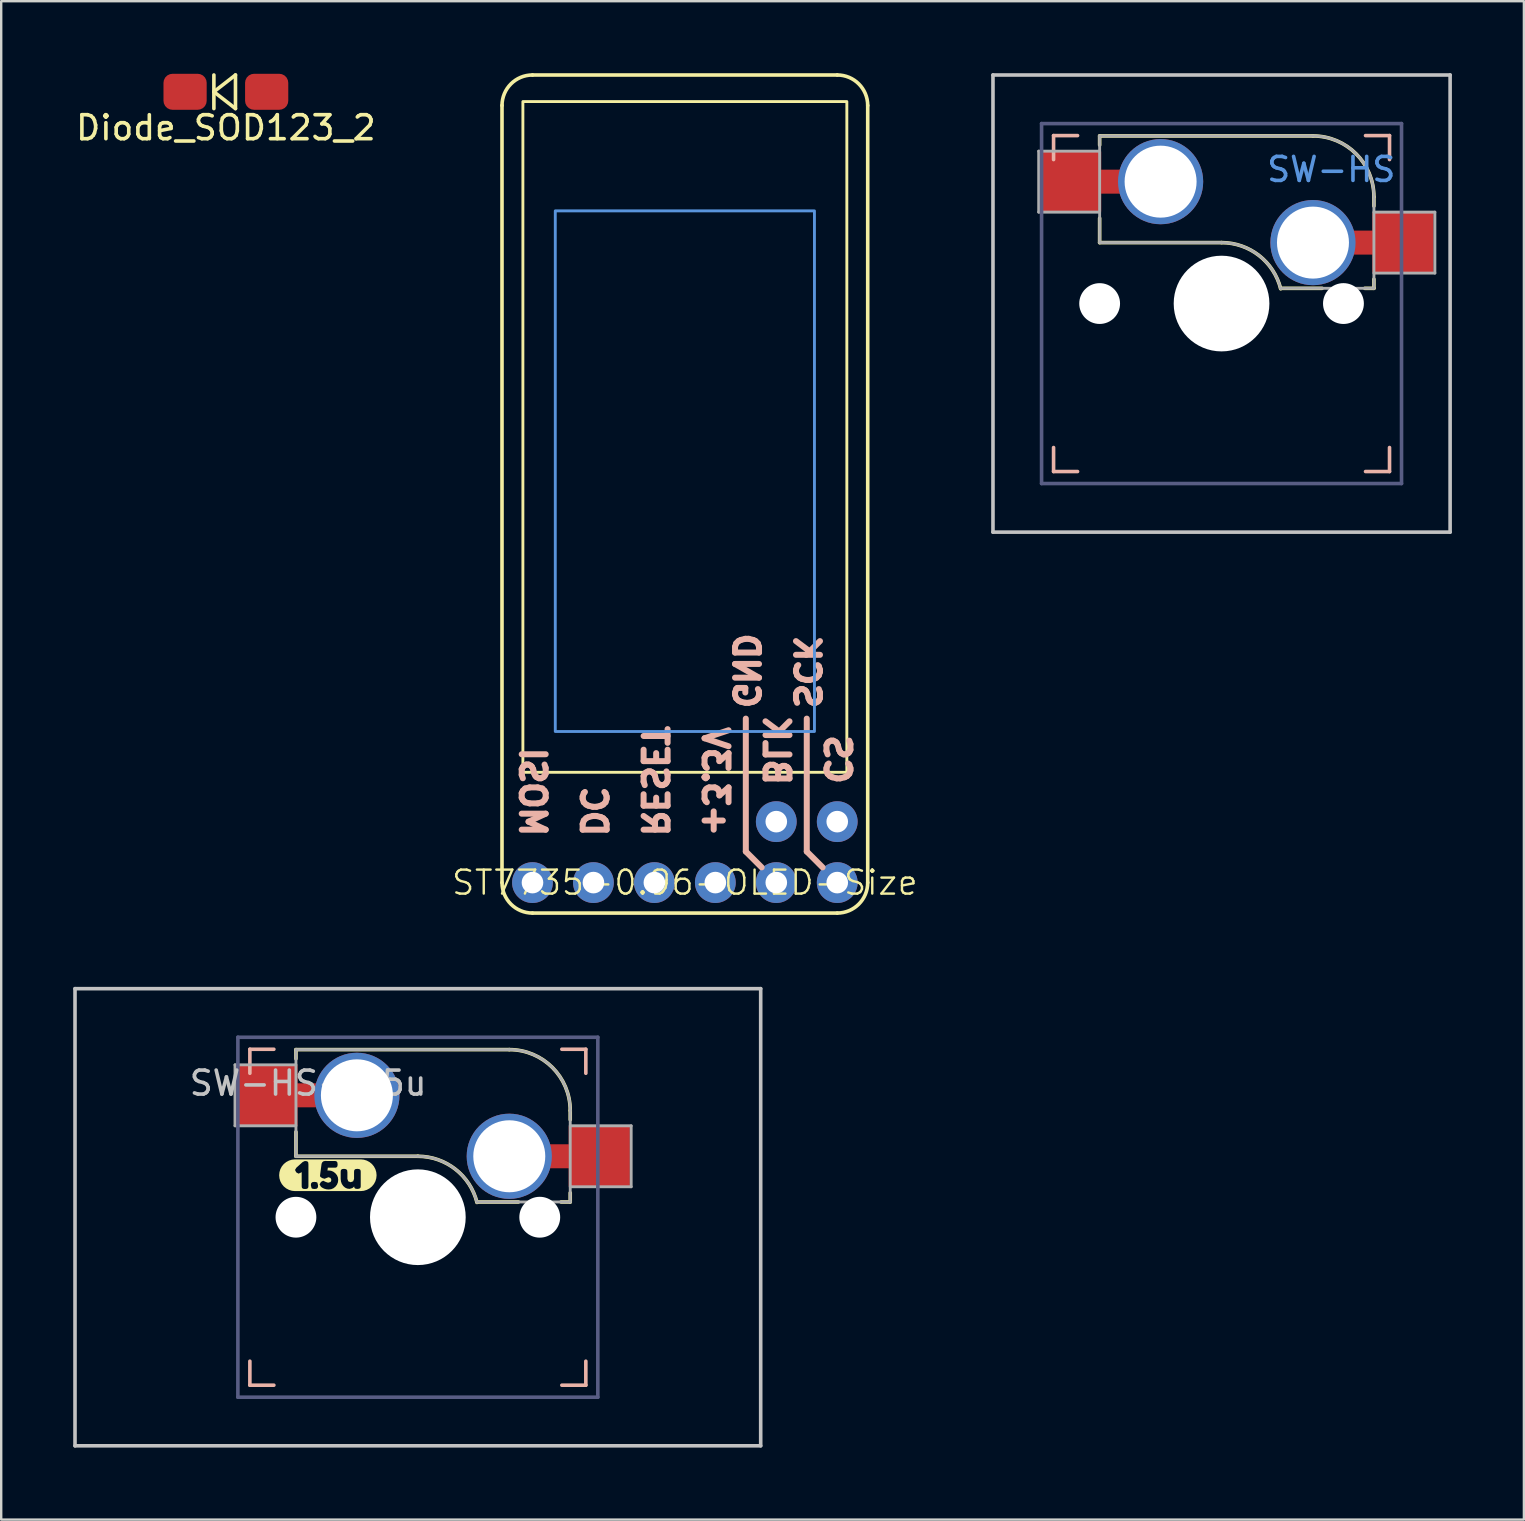
<source format=kicad_pcb>
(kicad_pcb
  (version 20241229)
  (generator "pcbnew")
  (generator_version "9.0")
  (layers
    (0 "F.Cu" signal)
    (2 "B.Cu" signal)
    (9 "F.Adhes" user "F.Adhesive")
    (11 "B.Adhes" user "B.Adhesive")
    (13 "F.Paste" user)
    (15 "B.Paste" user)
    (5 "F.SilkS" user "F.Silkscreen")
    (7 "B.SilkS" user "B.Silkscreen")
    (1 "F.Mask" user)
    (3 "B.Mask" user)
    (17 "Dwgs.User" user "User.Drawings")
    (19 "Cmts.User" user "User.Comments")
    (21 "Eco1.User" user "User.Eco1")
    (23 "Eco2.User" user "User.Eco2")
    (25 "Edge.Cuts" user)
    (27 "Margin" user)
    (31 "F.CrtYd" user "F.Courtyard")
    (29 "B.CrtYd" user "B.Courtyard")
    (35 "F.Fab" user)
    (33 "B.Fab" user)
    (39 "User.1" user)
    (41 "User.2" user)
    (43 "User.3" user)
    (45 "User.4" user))
  (footprint "Diode_SOD123_2"
    (placed yes)
    (layer "F.Cu")
    (at 6.363 0.775)
    (property "Reference" "Diode_SOD123_2" (at 0 1.5 0) (layer "F.SilkS") (effects (font (size 1 1) (thickness 0.15))))
    (attr through_hole)
    (fp_line (start -0.5 -0.7) (end -0.5 0.7) (stroke (width 0.15) (type solid)) (layer "F.SilkS"))
    (fp_line (start -0.5 0) (end 0.4 -0.7) (stroke (width 0.15) (type solid)) (layer "F.SilkS"))
    (fp_line (start 0.4 -0.7) (end 0.4 0.7) (stroke (width 0.15) (type solid)) (layer "F.SilkS"))
    (fp_line (start 0.4 0.7) (end -0.5 0) (stroke (width 0.15) (type solid)) (layer "F.SilkS"))
    (pad "1" smd roundrect (at -1.7 0) (size 1.8 1.5) (layers "F.Cu" "F.Mask" "F.Paste") (roundrect_rratio 0.25))
    (pad "2" smd roundrect (at 1.7 0) (size 1.8 1.5) (layers "F.Cu" "F.Mask" "F.Paste") (roundrect_rratio 0.25)))
  (footprint "ST7735-0.96-OLED-Size"
    (layer "F.Cu")
    (at 25.49 33.73)
    (property "Reference" "ST7735-0.96-OLED-Size" (at 0 0 0) (unlocked yes) (layer "F.SilkS") (effects (font (size 1 1) (thickness 0.1))))
    (attr through_hole)
    (fp_line (start -7.62 0) (end -7.62 -32.385) (stroke (width 0.15) (type default)) (layer "F.SilkS"))
    (fp_line (start -6.35 -33.655) (end 6.35 -33.655) (stroke (width 0.15) (type default)) (layer "F.SilkS"))
    (fp_line (start 6.35 1.27) (end -6.35 1.27) (stroke (width 0.15) (type default)) (layer "F.SilkS"))
    (fp_line (start 7.62 -32.385) (end 7.62 0) (stroke (width 0.15) (type default)) (layer "F.SilkS"))
    (fp_rect (start 6.75 -32.547) (end -6.75 -4.597) (stroke (width 0.12) (type solid)) (fill no) (layer "F.SilkS"))
    (fp_arc (start -7.62 -32.385) (mid -7.248026 -33.283026) (end -6.35 -33.655) (stroke (width 0.15) (type default)) (layer "F.SilkS"))
    (fp_arc (start -6.35 1.27) (mid -7.248026 0.898026) (end -7.62 0) (stroke (width 0.15) (type default)) (layer "F.SilkS"))
    (fp_arc (start 6.35 -33.655) (mid 7.248026 -33.283026) (end 7.62 -32.385) (stroke (width 0.15) (type default)) (layer "F.SilkS"))
    (fp_arc (start 7.62 0) (mid 7.248026 0.898026) (end 6.35 1.27) (stroke (width 0.15) (type default)) (layer "F.SilkS"))
    (fp_line (start 2.54 -6.833) (end 2.54 -1.295) (stroke (width 0.25) (type default)) (layer "B.SilkS"))
    (fp_line (start 2.54 -1.295) (end 3.2 -0.635) (stroke (width 0.25) (type default)) (layer "B.SilkS"))
    (fp_line (start 5.08 -6.833) (end 5.08 -1.295) (stroke (width 0.25) (type default)) (layer "B.SilkS"))
    (fp_line (start 5.08 -1.295) (end 5.74 -0.635) (stroke (width 0.25) (type default)) (layer "B.SilkS"))
    (fp_rect (start -5.4 -6.297) (end 5.4 -27.993) (stroke (width 0.12) (type solid)) (fill no) (layer "Cmts.User"))
    (fp_text user "+3.3V" (at 1.27 -1.803 270) (unlocked yes) (layer "B.SilkS") (effects (font (size 1 1) (thickness 0.25) (bold yes)) (justify left mirror)))
    (fp_text user "CS" (at 6.35 -3.988 270) (unlocked yes) (layer "B.SilkS") (effects (font (size 1 1) (thickness 0.25) (bold yes)) (justify left mirror)))
    (fp_text user "MOSI" (at -6.35 -1.803 270) (unlocked yes) (layer "B.SilkS") (effects (font (size 1 1) (thickness 0.25) (bold yes)) (justify left mirror)))
    (fp_text user "GND" (at 2.54 -7.137 270) (unlocked yes) (layer "B.SilkS") (effects (font (size 1 1) (thickness 0.25) (bold yes)) (justify left mirror)))
    (fp_text user "SCK" (at 5.08 -7.137 270) (unlocked yes) (layer "B.SilkS") (effects (font (size 1 1) (thickness 0.25) (bold yes)) (justify left mirror)))
    (fp_text user "BLK" (at 3.81 -3.937 270) (unlocked yes) (layer "B.SilkS") (effects (font (size 1 1) (thickness 0.25) (bold yes)) (justify left mirror)))
    (fp_text user "DC" (at -3.81 -1.803 270) (unlocked yes) (layer "B.SilkS") (effects (font (size 1 1) (thickness 0.25) (bold yes)) (justify left mirror)))
    (fp_text user "RESET" (at -1.27 -1.803 270) (unlocked yes) (layer "B.SilkS") (effects (font (size 1 1) (thickness 0.25) (bold yes)) (justify left mirror)))
    (pad "1" thru_hole circle (at 6.35 0 270) (size 1.7 1.7) (drill 0.9) (layers "*.Cu" "*.Mask"))
    (pad "2" thru_hole circle (at 3.81 0 270) (size 1.7 1.7) (drill 0.9) (layers "*.Cu" "*.Mask"))
    (pad "3" thru_hole circle (at 1.27 0 270) (size 1.7 1.7) (drill 0.9) (layers "*.Cu" "*.Mask"))
    (pad "4" thru_hole circle (at -1.27 0 270) (size 1.7 1.7) (drill 0.9) (layers "*.Cu" "*.Mask"))
    (pad "5" thru_hole circle (at -3.81 0 270) (size 1.7 1.7) (drill 0.9) (layers "*.Cu" "*.Mask"))
    (pad "6" thru_hole circle (at -6.35 0 270) (size 1.7 1.7) (drill 0.9) (layers "*.Cu" "*.Mask"))
    (pad "7" thru_hole circle (at 6.35 -2.54 270) (size 1.7 1.7) (drill 0.9) (layers "*.Cu" "*.Mask"))
    (pad "8" thru_hole oval (at 3.81 -2.54 270) (size 1.7 1.7) (drill 0.9) (layers "*.Cu" "*.Mask")))
  (footprint "SW-HS"
    (layer "F.Cu")
    (at 47.855 9.6)
    (property "Reference" "SW-HS" (at 4.572 -5.588 0) (layer "Cmts.User") (effects (font (size 1 1) (thickness 0.15))))
    (attr through_hole)
    (fp_line (start -5.08 -6.985) (end -5.08 -6.604) (stroke (width 0.15) (type solid)) (layer "F.SilkS"))
    (fp_line (start -5.08 -3.556) (end -5.08 -2.54) (stroke (width 0.15) (type solid)) (layer "F.SilkS"))
    (fp_line (start -5.08 -2.54) (end 0 -2.54) (stroke (width 0.15) (type solid)) (layer "F.SilkS"))
    (fp_line (start 2.464 -0.635) (end 4.191 -0.635) (stroke (width 0.15) (type solid)) (layer "F.SilkS"))
    (fp_line (start 3.81 -6.985) (end -5.08 -6.985) (stroke (width 0.15) (type solid)) (layer "F.SilkS"))
    (fp_line (start 5.969 -0.635) (end 6.35 -0.635) (stroke (width 0.15) (type solid)) (layer "F.SilkS"))
    (fp_line (start 6.35 -4.445) (end 6.35 -4.064) (stroke (width 0.15) (type solid)) (layer "F.SilkS"))
    (fp_line (start 6.35 -1.016) (end 6.35 -0.635) (stroke (width 0.15) (type solid)) (layer "F.SilkS"))
    (fp_arc (start 0 -2.54) (mid 1.563147 -2.002042) (end 2.464162 -0.61604) (stroke (width 0.15) (type solid)) (layer "F.SilkS"))
    (fp_arc (start 3.81 -6.985) (mid 5.606051 -6.241051) (end 6.35 -4.445) (stroke (width 0.15) (type solid)) (layer "F.SilkS"))
    (fp_line (start -7 -7) (end -7 -6) (stroke (width 0.15) (type solid)) (layer "B.SilkS"))
    (fp_line (start -7 -7) (end -6 -7) (stroke (width 0.15) (type solid)) (layer "B.SilkS"))
    (fp_line (start -7 6) (end -7 7) (stroke (width 0.15) (type solid)) (layer "B.SilkS"))
    (fp_line (start -6 7) (end -7 7) (stroke (width 0.15) (type solid)) (layer "B.SilkS"))
    (fp_line (start 6 -7) (end 7 -7) (stroke (width 0.15) (type solid)) (layer "B.SilkS"))
    (fp_line (start 7 -6) (end 7 -7) (stroke (width 0.15) (type solid)) (layer "B.SilkS"))
    (fp_line (start 7 7) (end 6 7) (stroke (width 0.15) (type solid)) (layer "B.SilkS"))
    (fp_line (start 7 7) (end 7 6) (stroke (width 0.15) (type solid)) (layer "B.SilkS"))
    (fp_line (start -9.525 -9.525) (end 9.525 -9.525) (stroke (width 0.15) (type solid)) (layer "Dwgs.User"))
    (fp_line (start -9.525 9.525) (end -9.525 -9.525) (stroke (width 0.15) (type solid)) (layer "Dwgs.User"))
    (fp_line (start 9.525 -9.525) (end 9.525 9.525) (stroke (width 0.15) (type solid)) (layer "Dwgs.User"))
    (fp_line (start 9.525 9.525) (end -9.525 9.525) (stroke (width 0.15) (type solid)) (layer "Dwgs.User"))
    (fp_rect (start -9 -9) (end 9 9) (stroke (width 0.12) (type solid)) (fill no) (layer "Eco2.User"))
    (fp_line (start -7.5 -7.5) (end -7.5 7.5) (stroke (width 0.15) (type solid)) (layer "B.Fab"))
    (fp_line (start -7.5 7.5) (end 7.5 7.5) (stroke (width 0.15) (type solid)) (layer "B.Fab"))
    (fp_line (start 7.5 -7.5) (end -7.5 -7.5) (stroke (width 0.15) (type solid)) (layer "B.Fab"))
    (fp_line (start 7.5 7.5) (end 7.5 -7.5) (stroke (width 0.15) (type solid)) (layer "B.Fab"))
    (fp_line (start -7.62 -6.35) (end -7.62 -3.81) (stroke (width 0.12) (type solid)) (layer "F.Fab"))
    (fp_line (start -7.62 -3.81) (end -5.08 -3.81) (stroke (width 0.12) (type solid)) (layer "F.Fab"))
    (fp_line (start -5.08 -6.985) (end -5.08 -2.54) (stroke (width 0.12) (type solid)) (layer "F.Fab"))
    (fp_line (start -5.08 -6.35) (end -7.62 -6.35) (stroke (width 0.12) (type solid)) (layer "F.Fab"))
    (fp_line (start -5.08 -2.54) (end 0 -2.54) (stroke (width 0.12) (type solid)) (layer "F.Fab"))
    (fp_line (start 3.81 -6.985) (end -5.08 -6.985) (stroke (width 0.12) (type solid)) (layer "F.Fab"))
    (fp_line (start 6.35 -1.27) (end 8.89 -1.27) (stroke (width 0.12) (type solid)) (layer "F.Fab"))
    (fp_line (start 6.35 -0.635) (end 2.54 -0.635) (stroke (width 0.12) (type solid)) (layer "F.Fab"))
    (fp_line (start 6.35 -0.635) (end 6.35 -4.445) (stroke (width 0.12) (type solid)) (layer "F.Fab"))
    (fp_line (start 8.89 -3.81) (end 6.35 -3.81) (stroke (width 0.12) (type solid)) (layer "F.Fab"))
    (fp_line (start 8.89 -1.27) (end 8.89 -3.81) (stroke (width 0.12) (type solid)) (layer "F.Fab"))
    (fp_arc (start 0 -2.54) (mid 1.563147 -2.002042) (end 2.464162 -0.61604) (stroke (width 0.12) (type solid)) (layer "F.Fab"))
    (fp_arc (start 3.81 -6.985) (mid 5.606051 -6.241051) (end 6.35 -4.445) (stroke (width 0.12) (type solid)) (layer "F.Fab"))
    (pad "" np_thru_hole circle (at -5.08 0) (size 1.7 1.7) (drill 1.7) (layers "*.Cu" "*.Mask"))
    (pad "" np_thru_hole circle (at 0 0) (size 3.988 3.988) (drill 3.988) (layers "*.Cu" "*.Mask"))
    (pad "" np_thru_hole circle (at 5.08 0) (size 1.702 1.702) (drill 1.702) (layers "*.Cu" "*.Mask"))
    (pad "1" thru_hole circle (at 3.81 -2.54) (size 3.55 3.55) (drill 3) (layers "*.Cu"))
    (pad "1" connect rect (at 5.715 -2.54 270) (size 1 2.5) (layers "F.Cu"))
    (pad "1" smd rect (at 7.56 -2.54) (size 2.55 2.5) (layers "F.Cu" "F.Mask" "F.Paste"))
    (pad "2" smd rect (at -6.29 -5.08) (size 2.55 2.5) (layers "F.Cu" "F.Mask" "F.Paste"))
    (pad "2" connect rect (at -5.015 -5.08 90) (size 1 2.5) (layers "F.Cu"))
    (pad "2" thru_hole circle (at -2.54 -5.08) (size 3.55 3.55) (drill 3) (layers "*.Cu")))
  (footprint "SW-HS-1.5u"
    (layer "F.Cu")
    (at 14.363 47.675)
    (property "Reference" "SW-HS-1.5u" (at -4.572 -5.588 0) (layer "Dwgs.User") (effects (font (size 1 1) (thickness 0.15))))
    (attr through_hole)
    (fp_line (start -5.08 -6.985) (end -5.08 -6.604) (stroke (width 0.15) (type solid)) (layer "F.SilkS"))
    (fp_line (start -5.08 -3.556) (end -5.08 -2.54) (stroke (width 0.15) (type solid)) (layer "F.SilkS"))
    (fp_line (start -5.08 -2.54) (end 0 -2.54) (stroke (width 0.15) (type solid)) (layer "F.SilkS"))
    (fp_line (start 2.464 -0.635) (end 4.191 -0.635) (stroke (width 0.15) (type solid)) (layer "F.SilkS"))
    (fp_line (start 3.81 -6.985) (end -5.08 -6.985) (stroke (width 0.15) (type solid)) (layer "F.SilkS"))
    (fp_line (start 5.969 -0.635) (end 6.35 -0.635) (stroke (width 0.15) (type solid)) (layer "F.SilkS"))
    (fp_line (start 6.35 -4.445) (end 6.35 -4.064) (stroke (width 0.15) (type solid)) (layer "F.SilkS"))
    (fp_line (start 6.35 -1.016) (end 6.35 -0.635) (stroke (width 0.15) (type solid)) (layer "F.SilkS"))
    (fp_arc (start 0 -2.54) (mid 1.563147 -2.002042) (end 2.464162 -0.61604) (stroke (width 0.15) (type solid)) (layer "F.SilkS"))
    (fp_arc (start 3.81 -6.985) (mid 5.606051 -6.241051) (end 6.35 -4.445) (stroke (width 0.15) (type solid)) (layer "F.SilkS"))
    (fp_poly (pts (xy -5.119 -2.411) (xy -5.119 -2.411) (xy -5.248 -2.398) (xy -5.372 -2.36) (xy -5.486 -2.299) (xy -5.587 -2.217) (xy -5.669 -2.117) (xy -5.73 -2.003) (xy -5.767 -1.879) (xy -5.78 -1.75) (xy -5.767 -1.621) (xy -5.73 -1.497) (xy -5.669 -1.383) (xy -5.587 -1.283) (xy -5.486 -1.201) (xy -5.372 -1.14) (xy -5.248 -1.102) (xy -5.119 -1.089) (xy -5.119 -1.089) (xy -4.702 -1.089) (xy -4.702 -1.175) (xy -4.781 -1.185) (xy -4.824 -1.216) (xy -4.839 -1.259) (xy -4.841 -1.317) (xy -4.841 -1.884) (xy -4.862 -1.865) (xy -4.973 -1.816) (xy -5.069 -1.871) (xy -5.119 -1.97) (xy -5.062 -2.064) (xy -4.802 -2.298) (xy -4.797 -2.302) (xy -4.707 -2.343) (xy -4.632 -2.335) (xy -4.591 -2.317) (xy -4.568 -2.283) (xy -4.56 -2.198) (xy -4.56 -1.314) (xy -4.563 -1.259) (xy -4.578 -1.217) (xy -4.62 -1.185) (xy -4.702 -1.175) (xy -4.702 -1.089) (xy -4.299 -1.089) (xy -4.299 -1.176) (xy -4.379 -1.184) (xy -4.426 -1.206) (xy -4.457 -1.321) (xy -4.457 -1.327) (xy -4.455 -1.382) (xy -4.44 -1.425) (xy -4.398 -1.461) (xy -4.32 -1.473) (xy -4.239 -1.465) (xy -4.187 -1.44) (xy -4.16 -1.329) (xy -4.16 -1.322) (xy -4.163 -1.266) (xy -4.179 -1.222) (xy -4.221 -1.188) (xy -4.299 -1.176) (xy -4.299 -1.089) (xy -3.717 -1.089) (xy -3.717 -1.155) (xy -3.813 -1.164) (xy -3.902 -1.189) (xy -3.984 -1.23) (xy -4.024 -1.26) (xy -4.037 -1.271) (xy -4.097 -1.367) (xy -4.038 -1.47) (xy -3.946 -1.522) (xy -3.84 -1.471) (xy -3.74 -1.438) (xy -3.636 -1.468) (xy -3.602 -1.552) (xy -3.639 -1.636) (xy -3.724 -1.667) (xy -3.8 -1.638) (xy -3.887 -1.602) (xy -3.987 -1.632) (xy -4.06 -1.68) (xy -4.078 -1.719) (xy -4.07 -1.793) (xy -4.046 -1.975) (xy -4.022 -2.153) (xy -4.013 -2.219) (xy -4.002 -2.252) (xy -3.979 -2.295) (xy -3.937 -2.329) (xy -3.873 -2.345) (xy -3.632 -2.343) (xy -3.483 -2.343) (xy -3.427 -2.341) (xy -3.386 -2.325) (xy -3.354 -2.283) (xy -3.343 -2.198) (xy -3.353 -2.122) (xy -3.382 -2.083) (xy -3.421 -2.067) (xy -3.473 -2.065) (xy -3.751 -2.065) (xy -3.767 -1.944) (xy -3.711 -1.948) (xy -3.614 -1.935) (xy -3.523 -1.897) (xy -3.44 -1.834) (xy -3.373 -1.753) (xy -3.332 -1.66) (xy -3.319 -1.556) (xy -3.332 -1.452) (xy -3.37 -1.358) (xy -3.433 -1.274) (xy -3.516 -1.208) (xy -3.61 -1.169) (xy -3.717 -1.155) (xy -3.717 -1.089) (xy -2.52 -1.089) (xy -2.52 -1.179) (xy -2.599 -1.189) (xy -2.64 -1.217) (xy -2.655 -1.282) (xy -2.684 -1.251) (xy -2.727 -1.216) (xy -2.844 -1.181) (xy -2.945 -1.194) (xy -3.034 -1.235) (xy -3.11 -1.302) (xy -3.169 -1.389) (xy -3.204 -1.488) (xy -3.216 -1.598) (xy -3.216 -1.876) (xy -3.213 -1.932) (xy -3.2 -1.973) (xy -3.158 -2.005) (xy -3.076 -2.016) (xy -2.988 -2.001) (xy -2.946 -1.956) (xy -2.936 -1.875) (xy -2.936 -1.597) (xy -2.899 -1.495) (xy -2.799 -1.459) (xy -2.697 -1.497) (xy -2.659 -1.597) (xy -2.659 -1.878) (xy -2.656 -1.933) (xy -2.641 -1.975) (xy -2.6 -2.006) (xy -2.519 -2.016) (xy -2.438 -2.005) (xy -2.397 -1.973) (xy -2.383 -1.931) (xy -2.381 -1.876) (xy -2.381 -1.314) (xy -2.383 -1.261) (xy -2.398 -1.221) (xy -2.441 -1.19) (xy -2.52 -1.179) (xy -2.52 -1.089) (xy -2.381 -1.089) (xy -2.381 -1.089) (xy -2.252 -1.102) (xy -2.128 -1.14) (xy -2.014 -1.201) (xy -1.913 -1.283) (xy -1.831 -1.383) (xy -1.77 -1.497) (xy -1.733 -1.621) (xy -1.72 -1.75) (xy -1.733 -1.879) (xy -1.77 -2.003) (xy -1.831 -2.117) (xy -1.913 -2.217) (xy -2.014 -2.299) (xy -2.128 -2.36) (xy -2.252 -2.398) (xy -2.381 -2.411) (xy -2.381 -2.411) (xy -5.119 -2.411)) (stroke (width 0) (type solid)) (fill yes) (layer "F.SilkS"))
    (fp_line (start -7 -7) (end -7 -6) (stroke (width 0.15) (type solid)) (layer "B.SilkS"))
    (fp_line (start -7 -7) (end -6 -7) (stroke (width 0.15) (type solid)) (layer "B.SilkS"))
    (fp_line (start -7 6) (end -7 7) (stroke (width 0.15) (type solid)) (layer "B.SilkS"))
    (fp_line (start -6 7) (end -7 7) (stroke (width 0.15) (type solid)) (layer "B.SilkS"))
    (fp_line (start 6 -7) (end 7 -7) (stroke (width 0.15) (type solid)) (layer "B.SilkS"))
    (fp_line (start 7 -6) (end 7 -7) (stroke (width 0.15) (type solid)) (layer "B.SilkS"))
    (fp_line (start 7 7) (end 6 7) (stroke (width 0.15) (type solid)) (layer "B.SilkS"))
    (fp_line (start 7 7) (end 7 6) (stroke (width 0.15) (type solid)) (layer "B.SilkS"))
    (fp_line (start -14.287 -9.525) (end 14.287 -9.525) (stroke (width 0.15) (type solid)) (layer "Dwgs.User"))
    (fp_line (start -14.287 9.525) (end -14.287 -9.525) (stroke (width 0.15) (type solid)) (layer "Dwgs.User"))
    (fp_line (start 14.287 -9.525) (end 14.287 9.525) (stroke (width 0.15) (type solid)) (layer "Dwgs.User"))
    (fp_line (start 14.287 9.525) (end -14.287 9.525) (stroke (width 0.15) (type solid)) (layer "Dwgs.User"))
    (fp_rect (start -13.75 -9) (end 13.75 9) (stroke (width 0.12) (type solid)) (fill no) (layer "Eco2.User"))
    (fp_line (start -7.5 -7.5) (end -7.5 7.5) (stroke (width 0.15) (type solid)) (layer "B.Fab"))
    (fp_line (start -7.5 7.5) (end 7.5 7.5) (stroke (width 0.15) (type solid)) (layer "B.Fab"))
    (fp_line (start 7.5 -7.5) (end -7.5 -7.5) (stroke (width 0.15) (type solid)) (layer "B.Fab"))
    (fp_line (start 7.5 7.5) (end 7.5 -7.5) (stroke (width 0.15) (type solid)) (layer "B.Fab"))
    (fp_line (start -7.62 -6.35) (end -7.62 -3.81) (stroke (width 0.12) (type solid)) (layer "F.Fab"))
    (fp_line (start -7.62 -3.81) (end -5.08 -3.81) (stroke (width 0.12) (type solid)) (layer "F.Fab"))
    (fp_line (start -5.08 -6.985) (end -5.08 -2.54) (stroke (width 0.12) (type solid)) (layer "F.Fab"))
    (fp_line (start -5.08 -6.35) (end -7.62 -6.35) (stroke (width 0.12) (type solid)) (layer "F.Fab"))
    (fp_line (start -5.08 -2.54) (end 0 -2.54) (stroke (width 0.12) (type solid)) (layer "F.Fab"))
    (fp_line (start 3.81 -6.985) (end -5.08 -6.985) (stroke (width 0.12) (type solid)) (layer "F.Fab"))
    (fp_line (start 6.35 -1.27) (end 8.89 -1.27) (stroke (width 0.12) (type solid)) (layer "F.Fab"))
    (fp_line (start 6.35 -0.635) (end 2.54 -0.635) (stroke (width 0.12) (type solid)) (layer "F.Fab"))
    (fp_line (start 6.35 -0.635) (end 6.35 -4.445) (stroke (width 0.12) (type solid)) (layer "F.Fab"))
    (fp_line (start 8.89 -3.81) (end 6.35 -3.81) (stroke (width 0.12) (type solid)) (layer "F.Fab"))
    (fp_line (start 8.89 -1.27) (end 8.89 -3.81) (stroke (width 0.12) (type solid)) (layer "F.Fab"))
    (fp_arc (start 0 -2.54) (mid 1.563147 -2.002042) (end 2.464162 -0.61604) (stroke (width 0.12) (type solid)) (layer "F.Fab"))
    (fp_arc (start 3.81 -6.985) (mid 5.606051 -6.241051) (end 6.35 -4.445) (stroke (width 0.12) (type solid)) (layer "F.Fab"))
    (pad "" np_thru_hole circle (at -5.08 0) (size 1.7 1.7) (drill 1.7) (layers "*.Cu" "*.Mask"))
    (pad "" np_thru_hole circle (at 0 0) (size 3.988 3.988) (drill 3.988) (layers "*.Cu" "*.Mask"))
    (pad "" np_thru_hole circle (at 5.08 0) (size 1.702 1.702) (drill 1.702) (layers "*.Cu" "*.Mask"))
    (pad "1" thru_hole circle (at 3.81 -2.54) (size 3.55 3.55) (drill 3) (layers "*.Cu"))
    (pad "1" connect rect (at 5.715 -2.54 270) (size 1 2.5) (layers "F.Cu"))
    (pad "1" smd rect (at 7.56 -2.54) (size 2.55 2.5) (layers "F.Cu" "F.Mask" "F.Paste"))
    (pad "2" smd rect (at -6.29 -5.08) (size 2.55 2.5) (layers "F.Cu" "F.Mask" "F.Paste"))
    (pad "2" connect rect (at -5.015 -5.08 90) (size 1 2.5) (layers "F.Cu"))
    (pad "2" thru_hole circle (at -2.54 -5.08) (size 3.55 3.55) (drill 3) (layers "*.Cu")))
  (gr_rect
    (start -3 -3)
    (end 60.455 60.275)
    (stroke (width 0.1) (type default))
    (fill no)
    (layer "Edge.Cuts")))
</source>
